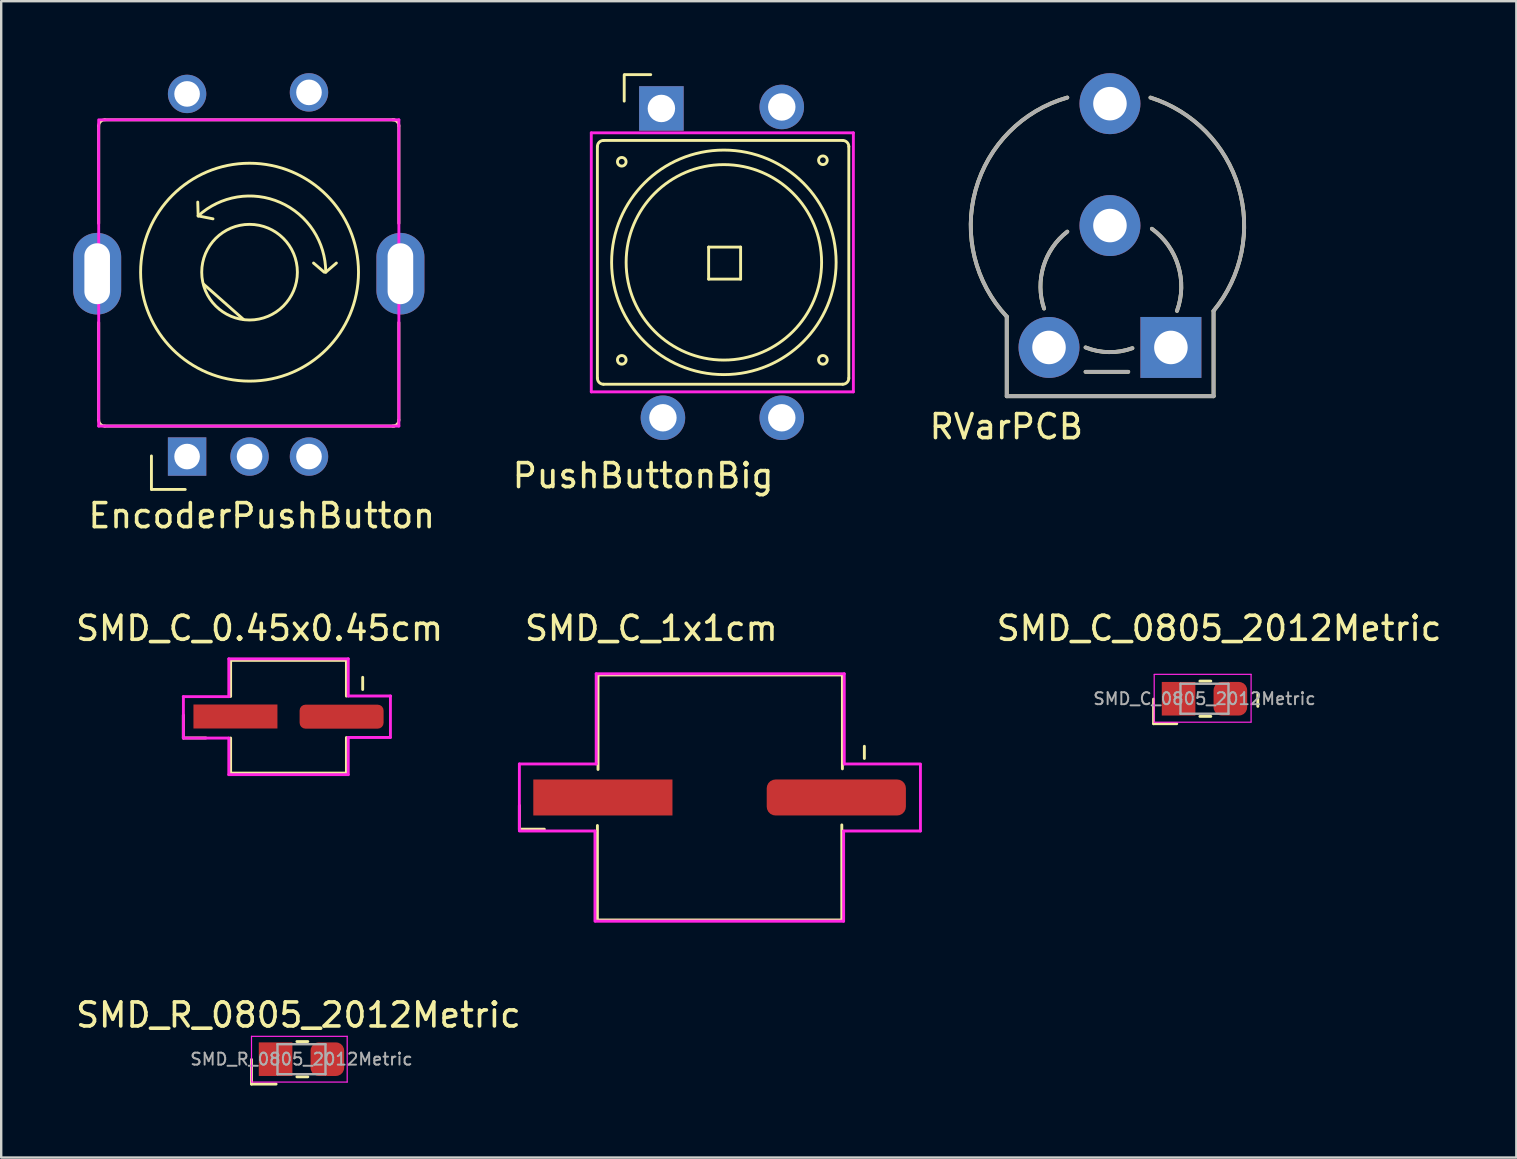
<source format=kicad_pcb>
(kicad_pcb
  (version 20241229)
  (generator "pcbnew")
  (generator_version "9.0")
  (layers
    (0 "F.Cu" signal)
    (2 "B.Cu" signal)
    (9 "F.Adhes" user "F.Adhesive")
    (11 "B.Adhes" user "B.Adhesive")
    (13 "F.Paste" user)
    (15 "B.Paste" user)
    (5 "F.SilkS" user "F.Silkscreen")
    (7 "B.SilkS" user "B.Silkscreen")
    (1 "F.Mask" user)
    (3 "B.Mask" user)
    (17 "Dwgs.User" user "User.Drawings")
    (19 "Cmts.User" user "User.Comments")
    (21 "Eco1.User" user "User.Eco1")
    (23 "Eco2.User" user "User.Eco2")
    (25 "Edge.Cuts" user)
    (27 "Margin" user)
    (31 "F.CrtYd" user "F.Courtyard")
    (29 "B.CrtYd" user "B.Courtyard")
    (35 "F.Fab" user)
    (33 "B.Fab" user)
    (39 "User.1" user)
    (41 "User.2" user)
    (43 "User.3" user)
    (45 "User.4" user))
  (footprint "RVarPCB"
    (layer "F.Cu")
    (at 43.207 6.35)
    (property "Reference" "RVarPCB" (at -4.318 8.382 0) (layer "F.SilkS") (effects (font (size 1 1) (thickness 0.15))))
    (attr through_hole)
    (fp_line (start -4.301 3.794) (end -4.301 7.112) (stroke (width 0.16) (type solid)) (layer "F.SilkS"))
    (fp_line (start -1.016 6.096) (end 0.762 6.096) (stroke (width 0.16) (type solid)) (layer "F.SilkS"))
    (fp_line (start 4.318 7.112) (end -4.301 7.112) (stroke (width 0.16) (type solid)) (layer "F.SilkS"))
    (fp_line (start 4.318 7.112) (end 4.318 3.556) (stroke (width 0.16) (type solid)) (layer "F.SilkS"))
    (fp_arc (start -4.301529 3.79363) (mid -5.600857 -1.478254) (end -1.777999 -5.333999) (stroke (width 0.16) (type solid)) (layer "F.SilkS"))
    (fp_arc (start -2.746788 3.457729) (mid -2.772074 1.701741) (end -1.777999 0.254001) (stroke (width 0.16) (type solid)) (layer "F.SilkS"))
    (fp_arc (start 0.935589 5.110705) (mid -0.043037 5.275324) (end -1.015999 5.079999) (stroke (width 0.16) (type solid)) (layer "F.SilkS"))
    (fp_arc (start 1.688824 -5.33274) (mid 5.364038 -1.586613) (end 4.317999 3.555999) (stroke (width 0.16) (type solid)) (layer "F.SilkS"))
    (fp_arc (start 1.746771 0.134283) (mid 2.84283 1.669942) (end 2.793999 3.555999) (stroke (width 0.16) (type solid)) (layer "F.SilkS"))
    (fp_line (start -4.301 3.794) (end -4.301 7.112) (stroke (width 0.16) (type solid)) (layer "F.Fab"))
    (fp_line (start -1.016 6.096) (end 0.762 6.096) (stroke (width 0.16) (type solid)) (layer "F.Fab"))
    (fp_line (start 4.318 7.112) (end -4.301 7.112) (stroke (width 0.16) (type solid)) (layer "F.Fab"))
    (fp_line (start 4.318 7.112) (end 4.318 3.556) (stroke (width 0.16) (type solid)) (layer "F.Fab"))
    (fp_arc (start -4.301529 3.79363) (mid -5.600857 -1.478254) (end -1.777999 -5.333999) (stroke (width 0.16) (type solid)) (layer "F.Fab"))
    (fp_arc (start -2.746788 3.457729) (mid -2.772074 1.701741) (end -1.777999 0.254001) (stroke (width 0.16) (type solid)) (layer "F.Fab"))
    (fp_arc (start 0.935589 5.110705) (mid -0.043037 5.275324) (end -1.015999 5.079999) (stroke (width 0.16) (type solid)) (layer "F.Fab"))
    (fp_arc (start 1.688824 -5.33274) (mid 5.364038 -1.586613) (end 4.317999 3.555999) (stroke (width 0.16) (type solid)) (layer "F.Fab"))
    (fp_arc (start 1.746771 0.134283) (mid 2.84283 1.669942) (end 2.793999 3.555999) (stroke (width 0.16) (type solid)) (layer "F.Fab"))
    (pad "1" thru_hole rect (at 2.54 5.08) (size 2.54 2.54) (drill 1.397) (layers "*.Cu" "*.Mask"))
    (pad "2" thru_hole circle (at 0 -5.08) (size 2.54 2.54) (drill 1.397) (layers "*.Cu" "*.Mask"))
    (pad "2" thru_hole circle (at 0 0) (size 2.54 2.54) (drill 1.397) (layers "*.Cu" "*.Mask"))
    (pad "3" thru_hole circle (at -2.54 5.08) (size 2.54 2.54) (drill 1.397) (layers "*.Cu" "*.Mask")))
  (footprint "SMD_R_0805_2012Metric"
    (layer "F.Cu")
    (at 9.514 41.091)
    (property "Reference" "SMD_R_0805_2012Metric" (at -0.127 -1.841 0) (layer "F.SilkS") (effects (font (size 1 1) (thickness 0.15))))
    (attr smd)
    (fp_line (start -2.083 1.038) (end -2.083 0.013) (stroke (width 0.12) (type solid)) (layer "F.SilkS"))
    (fp_line (start -1.057 1.038) (end -2.083 1.038) (stroke (width 0.12) (type solid)) (layer "F.SilkS"))
    (fp_line (start -0.191 -0.735) (end 0.264 -0.735) (stroke (width 0.12) (type solid)) (layer "F.SilkS"))
    (fp_line (start -0.191 0.735) (end 0.264 0.735) (stroke (width 0.12) (type solid)) (layer "F.SilkS"))
    (fp_line (start -2.083 -0.953) (end 1.905 -0.953) (stroke (width 0.05) (type solid)) (layer "F.CrtYd"))
    (fp_line (start -2.083 0.953) (end -2.083 -0.953) (stroke (width 0.05) (type solid)) (layer "F.CrtYd"))
    (fp_line (start 1.905 -0.953) (end 1.905 0.953) (stroke (width 0.05) (type solid)) (layer "F.CrtYd"))
    (fp_line (start 1.905 0.953) (end -2.083 0.953) (stroke (width 0.05) (type solid)) (layer "F.CrtYd"))
    (fp_line (start -1 -0.625) (end 1 -0.625) (stroke (width 0.1) (type solid)) (layer "F.Fab"))
    (fp_line (start -1 0.625) (end -1 -0.625) (stroke (width 0.1) (type solid)) (layer "F.Fab"))
    (fp_line (start 1 -0.625) (end 1 0.625) (stroke (width 0.1) (type solid)) (layer "F.Fab"))
    (fp_line (start 1 0.625) (end -1 0.625) (stroke (width 0.1) (type solid)) (layer "F.Fab"))
    (fp_text user "${REFERENCE}" (at 0 0 0) (layer "F.Fab") (effects (font (size 0.5 0.5) (thickness 0.08))))
    (pad "1" smd rect (at -1.079 0) (size 1.4 1.4) (layers "F.Cu" "F.Mask" "F.Paste"))
    (pad "2" smd roundrect (at 1.079 0) (size 1.4 1.4) (layers "F.Cu" "F.Mask" "F.Paste") (roundrect_rratio 0.244)))
  (footprint "SMD_C_1x1cm"
    (layer "F.Cu")
    (at 26.952 30.185)
    (property "Reference" "SMD_C_1x1cm" (at -2.857 -7.048 0) (layer "F.SilkS") (effects (font (size 1 1) (thickness 0.15))))
    (attr through_hole)
    (fp_line (start -8.357 0.33) (end -8.357 1.321) (stroke (width 0.12) (type solid)) (layer "F.SilkS"))
    (fp_line (start -8.357 1.321) (end -7.315 1.321) (stroke (width 0.12) (type solid)) (layer "F.SilkS"))
    (fp_line (start -5.105 5.08) (end -5.105 1.168) (stroke (width 0.12) (type solid)) (layer "F.SilkS"))
    (fp_line (start -5.105 5.105) (end 5.08 5.105) (stroke (width 0.12) (type solid)) (layer "F.SilkS"))
    (fp_line (start -5.08 -5.105) (end 5.105 -5.105) (stroke (width 0.12) (type solid)) (layer "F.SilkS"))
    (fp_line (start -5.08 -1.168) (end -5.08 -5.08) (stroke (width 0.12) (type solid)) (layer "F.SilkS"))
    (fp_line (start 5.08 5.055) (end 5.08 1.143) (stroke (width 0.12) (type solid)) (layer "F.SilkS"))
    (fp_line (start 5.105 -1.194) (end 5.105 -5.105) (stroke (width 0.12) (type solid)) (layer "F.SilkS"))
    (fp_line (start 6.02 -2.134) (end 6.02 -1.626) (stroke (width 0.12) (type solid)) (layer "F.SilkS"))
    (fp_line (start -8.357 -1.397) (end -8.357 1.372) (stroke (width 0.12) (type solid)) (layer "F.CrtYd"))
    (fp_line (start -8.357 -1.397) (end -5.156 -1.397) (stroke (width 0.12) (type solid)) (layer "F.CrtYd"))
    (fp_line (start -8.357 1.397) (end -5.207 1.397) (stroke (width 0.12) (type solid)) (layer "F.CrtYd"))
    (fp_line (start -5.207 1.397) (end -5.207 5.156) (stroke (width 0.12) (type solid)) (layer "F.CrtYd"))
    (fp_line (start -5.182 5.156) (end 5.156 5.156) (stroke (width 0.12) (type solid)) (layer "F.CrtYd"))
    (fp_line (start -5.156 -5.156) (end -5.156 -1.397) (stroke (width 0.12) (type solid)) (layer "F.CrtYd"))
    (fp_line (start -5.156 -5.156) (end 5.182 -5.156) (stroke (width 0.12) (type solid)) (layer "F.CrtYd"))
    (fp_line (start 5.156 1.397) (end 5.156 5.156) (stroke (width 0.12) (type solid)) (layer "F.CrtYd"))
    (fp_line (start 5.182 -5.156) (end 5.182 -1.397) (stroke (width 0.12) (type solid)) (layer "F.CrtYd"))
    (fp_line (start 8.357 -1.397) (end 5.207 -1.397) (stroke (width 0.12) (type solid)) (layer "F.CrtYd"))
    (fp_line (start 8.357 1.397) (end 5.156 1.397) (stroke (width 0.12) (type solid)) (layer "F.CrtYd"))
    (fp_line (start 8.357 1.397) (end 8.357 -1.372) (stroke (width 0.12) (type solid)) (layer "F.CrtYd"))
    (pad "1" smd rect (at -4.877 0) (size 5.8 1.5) (layers "F.Cu" "F.Mask" "F.Paste"))
    (pad "2" smd roundrect (at 4.851 0) (size 5.8 1.5) (layers "F.Cu" "F.Mask" "F.Paste") (roundrect_rratio 0.244)))
  (footprint "PushButtonBig"
    (layer "F.Cu")
    (at 27.104 7.947)
    (property "Reference" "PushButtonBig" (at -3.353 8.826 0) (layer "F.SilkS") (effects (font (size 1 1) (thickness 0.15))))
    (attr through_hole)
    (fp_line (start -5.258 4.763) (end -5.258 -4.889) (stroke (width 0.12) (type solid)) (layer "F.SilkS"))
    (fp_line (start -4.14 -7.874) (end -4.14 -6.782) (stroke (width 0.12) (type solid)) (layer "F.SilkS"))
    (fp_line (start -4.128 -7.887) (end -3.035 -7.887) (stroke (width 0.12) (type solid)) (layer "F.SilkS"))
    (fp_line (start -0.622 -0.699) (end 0.711 -0.699) (stroke (width 0.12) (type solid)) (layer "F.SilkS"))
    (fp_line (start -0.622 0.635) (end -0.622 -0.699) (stroke (width 0.12) (type solid)) (layer "F.SilkS"))
    (fp_line (start 0.711 -0.699) (end 0.711 0.635) (stroke (width 0.12) (type solid)) (layer "F.SilkS"))
    (fp_line (start 0.711 0.635) (end -0.622 0.635) (stroke (width 0.12) (type solid)) (layer "F.SilkS"))
    (fp_line (start 4.966 -5.144) (end -5.004 -5.144) (stroke (width 0.12) (type solid)) (layer "F.SilkS"))
    (fp_line (start 4.966 5.016) (end -5.004 5.016) (stroke (width 0.12) (type solid)) (layer "F.SilkS"))
    (fp_line (start 5.22 -4.889) (end 5.22 4.763) (stroke (width 0.12) (type solid)) (layer "F.SilkS"))
    (fp_arc (start -5.2578 -4.8895) (mid -5.183405 -5.069105) (end -5.0038 -5.1435) (stroke (width 0.12) (type solid)) (layer "F.SilkS"))
    (fp_arc (start -5.0038 5.0165) (mid -5.183405 4.942105) (end -5.2578 4.7625) (stroke (width 0.12) (type solid)) (layer "F.SilkS"))
    (fp_arc (start 4.9657 -5.1435) (mid 5.145305 -5.069105) (end 5.2197 -4.8895) (stroke (width 0.12) (type solid)) (layer "F.SilkS"))
    (fp_arc (start 5.2197 4.7625) (mid 5.145305 4.942105) (end 4.9657 5.0165) (stroke (width 0.12) (type solid)) (layer "F.SilkS"))
    (fp_circle (center -4.242 -4.255) (end -4.115 -4.128) (stroke (width 0.12) (type solid)) (fill no) (layer "F.SilkS"))
    (fp_circle (center -4.242 4) (end -4.115 4.128) (stroke (width 0.12) (type solid)) (fill no) (layer "F.SilkS"))
    (fp_circle (center 0.013 -0.064) (end 3.505 2.032) (stroke (width 0.12) (type solid)) (fill no) (layer "F.SilkS"))
    (fp_circle (center 0.013 -0.064) (end 4.648 0.572) (stroke (width 0.12) (type solid)) (fill no) (layer "F.SilkS"))
    (fp_circle (center 4.14 -4.318) (end 4.267 -4.191) (stroke (width 0.12) (type solid)) (fill no) (layer "F.SilkS"))
    (fp_circle (center 4.14 4) (end 4.267 4.128) (stroke (width 0.12) (type solid)) (fill no) (layer "F.SilkS"))
    (fp_line (start -5.512 -5.461) (end 5.41 -5.461) (stroke (width 0.12) (type solid)) (layer "F.CrtYd"))
    (fp_line (start -5.512 5.334) (end -5.512 -5.461) (stroke (width 0.12) (type solid)) (layer "F.CrtYd"))
    (fp_line (start 5.41 -5.461) (end 5.41 5.334) (stroke (width 0.12) (type solid)) (layer "F.CrtYd"))
    (fp_line (start 5.41 5.334) (end -5.512 5.334) (stroke (width 0.12) (type solid)) (layer "F.CrtYd"))
    (pad "1" thru_hole rect (at -2.591 -6.477) (size 1.856 1.856) (drill 1.143) (layers "*.Cu" "*.Mask"))
    (pad "1" thru_hole circle (at -2.527 6.413) (size 1.856 1.856) (drill 1.143) (layers "*.Cu" "*.Mask"))
    (pad "2" thru_hole circle (at 2.426 -6.54) (size 1.856 1.856) (drill 1.143) (layers "*.Cu" "*.Mask"))
    (pad "2" thru_hole circle (at 2.426 6.413) (size 1.856 1.856) (drill 1.143) (layers "*.Cu" "*.Mask")))
  (footprint "SMD_C_0.45x0.45cm"
    (layer "F.Cu")
    (at 8.974 26.82)
    (property "Reference" "SMD_C_0.45x0.45cm" (at -1.206 -3.683 0) (layer "F.SilkS") (effects (font (size 1 1) (thickness 0.15))))
    (attr through_hole)
    (fp_line (start -4.384 -0.069) (end -4.384 0.884) (stroke (width 0.12) (type solid)) (layer "F.SilkS"))
    (fp_line (start -4.384 0.884) (end -3.444 0.884) (stroke (width 0.12) (type solid)) (layer "F.SilkS"))
    (fp_line (start -2.413 -2.349) (end 2.413 -2.349) (stroke (width 0.12) (type solid)) (layer "F.SilkS"))
    (fp_line (start -2.413 -0.846) (end -2.413 -2.349) (stroke (width 0.12) (type solid)) (layer "F.SilkS"))
    (fp_line (start -2.413 2.349) (end -2.413 0.886) (stroke (width 0.12) (type solid)) (layer "F.SilkS"))
    (fp_line (start 2.413 -0.859) (end 2.413 -2.349) (stroke (width 0.12) (type solid)) (layer "F.SilkS"))
    (fp_line (start 2.413 2.349) (end -2.413 2.349) (stroke (width 0.12) (type solid)) (layer "F.SilkS"))
    (fp_line (start 2.413 2.349) (end 2.413 0.866) (stroke (width 0.12) (type solid)) (layer "F.SilkS"))
    (fp_line (start 3.091 -1.643) (end 3.091 -1.135) (stroke (width 0.12) (type solid)) (layer "F.SilkS"))
    (fp_line (start -4.387 -0.838) (end -2.489 -0.838) (stroke (width 0.12) (type solid)) (layer "F.CrtYd"))
    (fp_line (start -4.381 0.889) (end -4.381 -0.838) (stroke (width 0.12) (type solid)) (layer "F.CrtYd"))
    (fp_line (start -2.489 -2.413) (end -2.489 -0.838) (stroke (width 0.12) (type solid)) (layer "F.CrtYd"))
    (fp_line (start -2.489 -2.413) (end 2.489 -2.413) (stroke (width 0.12) (type solid)) (layer "F.CrtYd"))
    (fp_line (start -2.489 0.889) (end -4.376 0.889) (stroke (width 0.12) (type solid)) (layer "F.CrtYd"))
    (fp_line (start -2.489 2.413) (end -2.489 0.889) (stroke (width 0.12) (type solid)) (layer "F.CrtYd"))
    (fp_line (start 2.489 -2.413) (end 2.489 -0.864) (stroke (width 0.12) (type solid)) (layer "F.CrtYd"))
    (fp_line (start 2.489 -0.864) (end 4.255 -0.864) (stroke (width 0.12) (type solid)) (layer "F.CrtYd"))
    (fp_line (start 2.489 2.413) (end -2.489 2.413) (stroke (width 0.12) (type solid)) (layer "F.CrtYd"))
    (fp_line (start 2.489 2.413) (end 2.489 0.864) (stroke (width 0.12) (type solid)) (layer "F.CrtYd"))
    (fp_line (start 4.242 0.864) (end 2.489 0.864) (stroke (width 0.12) (type solid)) (layer "F.CrtYd"))
    (fp_line (start 4.247 -0.864) (end 4.247 0.864) (stroke (width 0.12) (type solid)) (layer "F.CrtYd"))
    (pad "1" smd rect (at -2.212 -0.01) (size 3.5 1) (layers "F.Cu" "F.Mask" "F.Paste"))
    (pad "2" smd roundrect (at 2.212 -0.003) (size 3.5 1) (layers "F.Cu" "F.Mask" "F.Paste") (roundrect_rratio 0.244)))
  (footprint "EncoderPushButton"
    (layer "F.Cu")
    (at 7.35 8.293)
    (property "Reference" "EncoderPushButton" (at 0.508 10.147 0) (layer "F.SilkS") (effects (font (size 1 1) (thickness 0.15))))
    (attr through_hole)
    (fp_line (start -6.287 -6.096) (end -6.287 -2.032) (stroke (width 0.12) (type solid)) (layer "F.SilkS"))
    (fp_line (start -6.287 6.16) (end -6.287 2.095) (stroke (width 0.12) (type solid)) (layer "F.SilkS"))
    (fp_line (start -6.032 -6.35) (end 6.032 -6.35) (stroke (width 0.12) (type solid)) (layer "F.SilkS"))
    (fp_line (start -6.032 6.413) (end 6.032 6.413) (stroke (width 0.12) (type solid)) (layer "F.SilkS"))
    (fp_line (start -4.089 7.658) (end -4.089 9.055) (stroke (width 0.12) (type solid)) (layer "F.SilkS"))
    (fp_line (start -4.077 9.055) (end -2.68 9.055) (stroke (width 0.12) (type solid)) (layer "F.SilkS"))
    (fp_line (start -2.141 -2.345) (end -2.159 -2.921) (stroke (width 0.12) (type solid)) (layer "F.SilkS"))
    (fp_line (start -2.141 -2.345) (end -1.524 -2.223) (stroke (width 0.12) (type solid)) (layer "F.SilkS"))
    (fp_line (start -0.254 1.968) (end -1.905 0.508) (stroke (width 0.12) (type solid)) (layer "F.SilkS"))
    (fp_line (start 3.111 0) (end 2.667 -0.381) (stroke (width 0.12) (type solid)) (layer "F.SilkS"))
    (fp_line (start 3.175 0) (end 3.619 -0.381) (stroke (width 0.12) (type solid)) (layer "F.SilkS"))
    (fp_line (start 6.223 -6.096) (end 6.223 -2.032) (stroke (width 0.12) (type solid)) (layer "F.SilkS"))
    (fp_line (start 6.223 6.16) (end 6.223 2.095) (stroke (width 0.12) (type solid)) (layer "F.SilkS"))
    (fp_arc (start -6.2865 -6.096) (mid -6.212105 -6.275605) (end -6.0325 -6.35) (stroke (width 0.12) (type solid)) (layer "F.SilkS"))
    (fp_arc (start -6.0325 6.4135) (mid -6.212105 6.339105) (end -6.2865 6.1595) (stroke (width 0.12) (type solid)) (layer "F.SilkS"))
    (fp_arc (start -2.140805 -2.344691) (mid 1.281321 -2.904968) (end 3.175 0) (stroke (width 0.12) (type solid)) (layer "F.SilkS"))
    (fp_arc (start 5.969 -6.35) (mid 6.148605 -6.275605) (end 6.223 -6.096) (stroke (width 0.12) (type solid)) (layer "F.SilkS"))
    (fp_arc (start 6.223 6.1595) (mid 6.148605 6.339105) (end 5.969 6.4135) (stroke (width 0.12) (type solid)) (layer "F.SilkS"))
    (fp_circle (center 0 0) (end 1.206 1.587) (stroke (width 0.12) (type solid)) (fill no) (layer "F.SilkS"))
    (fp_circle (center 0 0) (end 3.365 3.048) (stroke (width 0.12) (type solid)) (fill no) (layer "F.SilkS"))
    (fp_line (start -6.287 6.413) (end -6.287 -6.35) (stroke (width 0.12) (type solid)) (layer "F.CrtYd"))
    (fp_line (start -6.223 -6.35) (end 6.223 -6.35) (stroke (width 0.12) (type solid)) (layer "F.CrtYd"))
    (fp_line (start 6.223 -6.35) (end 6.223 6.413) (stroke (width 0.12) (type solid)) (layer "F.CrtYd"))
    (fp_line (start 6.223 6.413) (end -6.287 6.413) (stroke (width 0.12) (type solid)) (layer "F.CrtYd"))
    (pad "" thru_hole oval (at -6.35 0.064) (size 2 3.4) (drill oval 1.067 2.54) (layers "*.Cu" "*.Mask"))
    (pad "" thru_hole oval (at 6.287 0.064) (size 2 3.4) (drill oval 1.067 2.54) (layers "*.Cu" "*.Mask"))
    (pad "1" thru_hole rect (at -2.603 7.684) (size 1.6 1.6) (drill 1.067) (layers "*.Cu" "*.Mask"))
    (pad "2" thru_hole oval (at 0 7.684) (size 1.6 1.6) (drill 1.067) (layers "*.Cu" "*.Mask"))
    (pad "3" thru_hole oval (at 2.477 7.684) (size 1.6 1.6) (drill 1.067) (layers "*.Cu" "*.Mask"))
    (pad "4" thru_hole oval (at -2.603 -7.429) (size 1.6 1.6) (drill 1.067) (layers "*.Cu" "*.Mask"))
    (pad "5" thru_hole oval (at 2.477 -7.493) (size 1.6 1.6) (drill 1.067) (layers "*.Cu" "*.Mask")))
  (footprint "SMD_C_0805_2012Metric"
    (layer "F.Cu")
    (at 47.146 26.07)
    (property "Reference" "SMD_C_0805_2012Metric" (at 0.61 -2.934 0) (layer "F.SilkS") (effects (font (size 1 1) (thickness 0.15))))
    (attr smd)
    (fp_line (start -2.121 1.041) (end -2.121 0.013) (stroke (width 0.12) (type solid)) (layer "F.SilkS"))
    (fp_line (start -2.121 1.041) (end -1.156 1.041) (stroke (width 0.12) (type solid)) (layer "F.SilkS"))
    (fp_line (start -0.191 -0.735) (end 0.264 -0.735) (stroke (width 0.12) (type solid)) (layer "F.SilkS"))
    (fp_line (start -0.191 0.735) (end 0.264 0.735) (stroke (width 0.12) (type solid)) (layer "F.SilkS"))
    (fp_line (start 2.223 -0.191) (end 2.223 0.318) (stroke (width 0.12) (type solid)) (layer "F.SilkS"))
    (fp_line (start -2.095 -1.016) (end 1.943 -1.016) (stroke (width 0.05) (type solid)) (layer "F.CrtYd"))
    (fp_line (start -2.095 0.978) (end -2.095 -1.003) (stroke (width 0.05) (type solid)) (layer "F.CrtYd"))
    (fp_line (start 1.943 -1.016) (end 1.943 0.965) (stroke (width 0.05) (type solid)) (layer "F.CrtYd"))
    (fp_line (start 1.943 0.978) (end -2.095 0.978) (stroke (width 0.05) (type solid)) (layer "F.CrtYd"))
    (fp_line (start -1 -0.625) (end 1 -0.625) (stroke (width 0.1) (type solid)) (layer "F.Fab"))
    (fp_line (start -1 0.625) (end -1 -0.625) (stroke (width 0.1) (type solid)) (layer "F.Fab"))
    (fp_line (start 1 -0.625) (end 1 0.625) (stroke (width 0.1) (type solid)) (layer "F.Fab"))
    (fp_line (start 1 0.625) (end -1 0.625) (stroke (width 0.1) (type solid)) (layer "F.Fab"))
    (fp_text user "${REFERENCE}" (at 0 0 0) (layer "F.Fab") (effects (font (size 0.5 0.5) (thickness 0.08))))
    (pad "1" smd rect (at -1.079 0) (size 1.4 1.4) (layers "F.Cu" "F.Mask" "F.Paste"))
    (pad "2" smd roundrect (at 1.079 0) (size 1.4 1.4) (layers "F.Cu" "F.Mask" "F.Paste") (roundrect_rratio 0.244)))
  (gr_rect
    (start -3 -3)
    (end 60.143 45.19)
    (stroke (width 0.1) (type default))
    (fill no)
    (layer "Edge.Cuts")))
</source>
